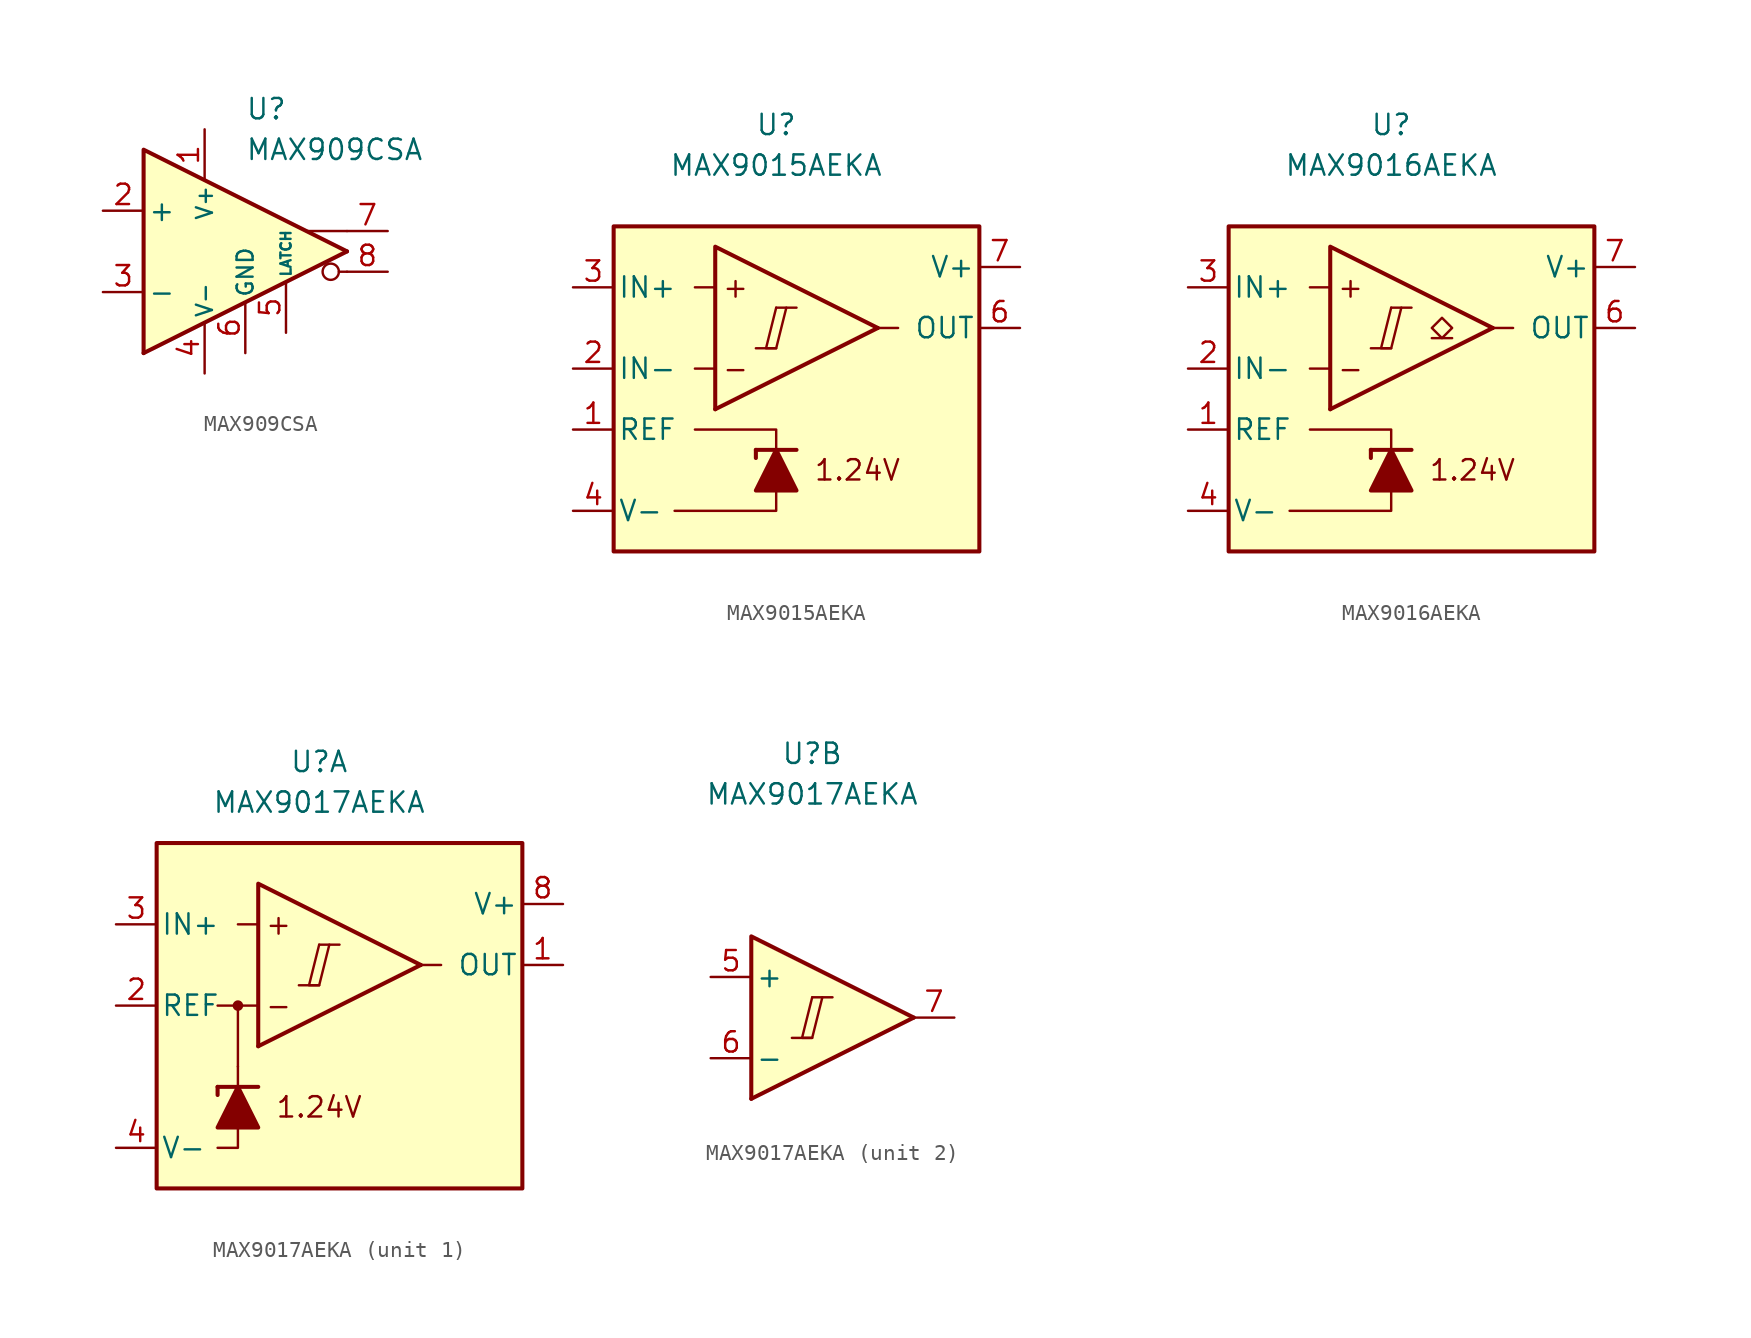
<source format=kicad_sym>
(kicad_symbol_lib
  (version 20231120)
  (generator "kicad_symbol_editor")
  (generator_version "8.0")
  (symbol "MAX909CSA"
    (pin_names
      (offset 0.254))
    (property "Reference" "U"
      (at 0 8.89 0)
      (effects (font (size 1.27 1.27)) (justify left)))
    (property "Value" "MAX909CSA"
      (at 0 6.35 0)
      (effects (font (size 1.27 1.27)) (justify left)))
    (symbol "MAX909CSA_0_0"
      (polyline (pts (xy 6.35 -1.27) (xy 5.842 -1.27)) (stroke (width 0.152) (type default)) (fill (type none)))
      (polyline (pts (xy 6.35 0) (xy -6.35 -6.35)) (stroke (width 0.254) (type default)) (fill (type none)))
      (polyline (pts (xy 6.35 1.27) (xy 3.81 1.27)) (stroke (width 0.152) (type default)) (fill (type none)))
      (polyline (pts (xy 6.35 0) (xy -6.35 6.35) (xy -6.35 -6.35)) (stroke (width 0.254) (type default)) (fill (type background)))
      (circle (center 5.334 -1.27) (radius 0.508) (stroke (width 0.152) (type default)) (fill (type none))))
    (symbol "MAX909CSA_1_1"
      (pin power_in line (at -2.54 7.62 270) (length 3.18) (name "V+" (effects (font (size 1 1)))) (number "1" (effects (font (size 1.27 1.27)))))
      (pin input line (at -8.89 2.54 0) (length 2.54) (name "+" (effects (font (size 1.27 1.27)))) (number "2" (effects (font (size 1.27 1.27)))))
      (pin input line (at -8.89 -2.54 0) (length 2.54) (name "-" (effects (font (size 1.27 1.27)))) (number "3" (effects (font (size 1.27 1.27)))))
      (pin power_in line (at -2.54 -7.62 90) (length 3.18) (name "V-" (effects (font (size 1 1)))) (number "4" (effects (font (size 1.27 1.27)))))
      (pin input line (at 2.54 -5.08 90) (length 3.18) (name "LATCH" (effects (font (size 0.635 0.635)))) (number "5" (effects (font (size 1.27 1.27)))))
      (pin power_in line (at 0 -6.35 90) (length 3.18) (name "GND" (effects (font (size 1 1)))) (number "6" (effects (font (size 1.27 1.27)))))
      (pin output line (at 8.89 1.27 180) (length 2.54) (name "~" (effects (font (size 1.27 1.27)))) (number "7" (effects (font (size 1.27 1.27)))))
      (pin output line (at 8.89 -1.27 180) (length 2.54) (name "~" (effects (font (size 1.27 1.27)))) (number "8" (effects (font (size 1.27 1.27)))))))
  (symbol "MAX9015AEKA"
    (pin_names
      (offset 0.254))
    (property "Reference" "U"
      (at 0 16.51 0)
      (effects (font (size 1.27 1.27))))
    (property "Value" "MAX9015AEKA"
      (at 0 13.97 0)
      (effects (font (size 1.27 1.27))))
    (symbol "MAX9015AEKA_0_0"
      (polyline (pts (xy -1.27 2.54) (xy 0 2.54)) (stroke (width 0.152) (type default)) (fill (type none)))
      (polyline (pts (xy 0 5.08) (xy 1.27 5.08)) (stroke (width 0.152) (type default)) (fill (type none)))
      (polyline (pts (xy 6.35 3.81) (xy -3.81 -1.27)) (stroke (width 0.254) (type default)) (fill (type none)))
      (polyline (pts (xy 6.35 3.81) (xy -3.81 8.89) (xy -3.81 -1.27)) (stroke (width 0.254) (type default)) (fill (type background)))
      (polyline (pts (xy 0 5.08) (xy -0.635 2.54) (xy 0 2.54) (xy 0.635 5.08)) (stroke (width 0.152) (type default)) (fill (type none)))
      (text "+" (at -2.54 6.35 0) (effects (font (size 1.27 1.27))))
      (text "-" (at -2.54 1.27 0) (effects (font (size 1.27 1.27))))
      (text "1.24V" (at 5.08 -5.08 0) (effects (font (size 1.27 1.27)))))
    (symbol "MAX9015AEKA_0_1"
      (rectangle (start -10.16 10.16) (end 12.7 -10.16) (stroke (width 0.254) (type default)) (fill (type background)))
      (polyline (pts (xy -3.81 1.27) (xy -5.08 1.27)) (stroke (width 0) (type default)) (fill (type none)))
      (polyline (pts (xy -3.81 6.35) (xy -5.08 6.35)) (stroke (width 0) (type default)) (fill (type none)))
      (polyline (pts (xy -1.27 -3.81) (xy -1.27 -4.318)) (stroke (width 0.254) (type default)) (fill (type none)))
      (polyline (pts (xy -1.27 -3.81) (xy 1.27 -3.81)) (stroke (width 0.254) (type default)) (fill (type none)))
      (polyline (pts (xy 6.35 3.81) (xy 7.62 3.81)) (stroke (width 0) (type default)) (fill (type none)))
      (polyline (pts (xy 0 -6.35) (xy 0 -7.62) (xy -6.35 -7.62)) (stroke (width 0) (type default)) (fill (type none)))
      (polyline (pts (xy 0 -3.81) (xy 0 -2.54) (xy -5.08 -2.54)) (stroke (width 0) (type default)) (fill (type none)))
      (polyline (pts (xy 1.27 -6.35) (xy -1.27 -6.35) (xy 0 -3.81) (xy 1.27 -6.35)) (stroke (width 0.254) (type default)) (fill (type outline))))
    (symbol "MAX9015AEKA_1_1"
      (pin output line (at -12.7 -2.54 0) (length 2.54) (name "REF" (effects (font (size 1.27 1.27)))) (number "1" (effects (font (size 1.27 1.27)))))
      (pin input line (at -12.7 1.27 0) (length 2.54) (name "IN-" (effects (font (size 1.27 1.27)))) (number "2" (effects (font (size 1.27 1.27)))))
      (pin input line (at -12.7 6.35 0) (length 2.54) (name "IN+" (effects (font (size 1.27 1.27)))) (number "3" (effects (font (size 1.27 1.27)))))
      (pin power_in line (at -12.7 -7.62 0) (length 2.54) (name "V-" (effects (font (size 1.27 1.27)))) (number "4" (effects (font (size 1.27 1.27)))))
      (pin free line (at 0 -2.54 180) (length 2.54) hide (name "NC" (effects (font (size 1.27 1.27)))) (number "5" (effects (font (size 1.27 1.27)))))
      (pin output line (at 15.24 3.81 180) (length 2.54) (name "OUT" (effects (font (size 1.27 1.27)))) (number "6" (effects (font (size 1.27 1.27)))))
      (pin power_in line (at 15.24 7.62 180) (length 2.54) (name "V+" (effects (font (size 1.27 1.27)))) (number "7" (effects (font (size 1.27 1.27)))))
      (pin free line (at 0 0 180) (length 2.54) hide (name "NC" (effects (font (size 1.27 1.27)))) (number "8" (effects (font (size 1.27 1.27)))))))
  (symbol "MAX9016AEKA"
    (pin_names
      (offset 0.254))
    (property "Reference" "U"
      (at 0 16.51 0)
      (effects (font (size 1.27 1.27))))
    (property "Value" "MAX9016AEKA"
      (at 0 13.97 0)
      (effects (font (size 1.27 1.27))))
    (symbol "MAX9016AEKA_0_0"
      (polyline (pts (xy -1.27 2.54) (xy 0 2.54)) (stroke (width 0.152) (type default)) (fill (type none)))
      (polyline (pts (xy 0 5.08) (xy 1.27 5.08)) (stroke (width 0.152) (type default)) (fill (type none)))
      (polyline (pts (xy 6.35 3.81) (xy -3.81 -1.27)) (stroke (width 0.254) (type default)) (fill (type none)))
      (polyline (pts (xy 6.35 3.81) (xy -3.81 8.89) (xy -3.81 -1.27)) (stroke (width 0.254) (type default)) (fill (type background)))
      (polyline (pts (xy 0 5.08) (xy -0.635 2.54) (xy 0 2.54) (xy 0.635 5.08)) (stroke (width 0.152) (type default)) (fill (type none)))
      (text "+" (at -2.54 6.35 0) (effects (font (size 1.27 1.27))))
      (text "-" (at -2.54 1.27 0) (effects (font (size 1.27 1.27))))
      (text "1.24V" (at 5.08 -5.08 0) (effects (font (size 1.27 1.27)))))
    (symbol "MAX9016AEKA_0_1"
      (rectangle (start -10.16 10.16) (end 12.7 -10.16) (stroke (width 0.254) (type default)) (fill (type background)))
      (polyline (pts (xy -3.81 1.27) (xy -5.08 1.27)) (stroke (width 0) (type default)) (fill (type none)))
      (polyline (pts (xy -3.81 6.35) (xy -5.08 6.35)) (stroke (width 0) (type default)) (fill (type none)))
      (polyline (pts (xy -1.27 -3.81) (xy -1.27 -4.318)) (stroke (width 0.254) (type default)) (fill (type none)))
      (polyline (pts (xy -1.27 -3.81) (xy 1.27 -3.81)) (stroke (width 0.254) (type default)) (fill (type none)))
      (polyline (pts (xy 6.35 3.81) (xy 7.62 3.81)) (stroke (width 0) (type default)) (fill (type none)))
      (polyline (pts (xy 0 -6.35) (xy 0 -7.62) (xy -6.35 -7.62)) (stroke (width 0) (type default)) (fill (type none)))
      (polyline (pts (xy 0 -3.81) (xy 0 -2.54) (xy -5.08 -2.54)) (stroke (width 0) (type default)) (fill (type none)))
      (polyline (pts (xy 1.27 -6.35) (xy -1.27 -6.35) (xy 0 -3.81) (xy 1.27 -6.35)) (stroke (width 0.254) (type default)) (fill (type outline))))
    (symbol "MAX9016AEKA_1_1"
      (polyline (pts (xy 3.81 3.175) (xy 2.54 3.175)) (stroke (width 0.152) (type default)) (fill (type none)))
      (polyline (pts (xy 3.175 3.175) (xy 2.54 3.81) (xy 3.175 4.445) (xy 3.81 3.81) (xy 3.175 3.175)) (stroke (width 0.152) (type default)) (fill (type none)))
      (pin output line (at -12.7 -2.54 0) (length 2.54) (name "REF" (effects (font (size 1.27 1.27)))) (number "1" (effects (font (size 1.27 1.27)))))
      (pin input line (at -12.7 1.27 0) (length 2.54) (name "IN-" (effects (font (size 1.27 1.27)))) (number "2" (effects (font (size 1.27 1.27)))))
      (pin input line (at -12.7 6.35 0) (length 2.54) (name "IN+" (effects (font (size 1.27 1.27)))) (number "3" (effects (font (size 1.27 1.27)))))
      (pin power_in line (at -12.7 -7.62 0) (length 2.54) (name "V-" (effects (font (size 1.27 1.27)))) (number "4" (effects (font (size 1.27 1.27)))))
      (pin free line (at 0 -2.54 180) (length 2.54) hide (name "NC" (effects (font (size 1.27 1.27)))) (number "5" (effects (font (size 1.27 1.27)))))
      (pin output line (at 15.24 3.81 180) (length 2.54) (name "OUT" (effects (font (size 1.27 1.27)))) (number "6" (effects (font (size 1.27 1.27)))))
      (pin power_in line (at 15.24 7.62 180) (length 2.54) (name "V+" (effects (font (size 1.27 1.27)))) (number "7" (effects (font (size 1.27 1.27)))))
      (pin free line (at 0 0 180) (length 2.54) hide (name "NC" (effects (font (size 1.27 1.27)))) (number "8" (effects (font (size 1.27 1.27)))))))
  (symbol "MAX9017AEKA"
    (pin_names
      (offset 0.254))
    (property "Reference" "U"
      (at 0 16.51 0)
      (effects (font (size 1.27 1.27))))
    (property "Value" "MAX9017AEKA"
      (at 0 13.97 0)
      (effects (font (size 1.27 1.27))))
    (property "ki_locked" ""
      (at 0 0 0)
      (effects (font (size 1.27 1.27))))
    (symbol "MAX9017AEKA_1_0"
      (rectangle (start -10.16 11.43) (end 12.7 -10.16) (stroke (width 0.254) (type default)) (fill (type background)))
      (circle (center -5.08 1.27) (radius 0.254) (stroke (width 0.152) (type default)) (fill (type outline)))
      (polyline (pts (xy -5.08 1.27) (xy -6.35 1.27)) (stroke (width 0.152) (type default)) (fill (type none)))
      (polyline (pts (xy -1.27 2.54) (xy 0 2.54)) (stroke (width 0.152) (type default)) (fill (type none)))
      (polyline (pts (xy 0 5.08) (xy 1.27 5.08)) (stroke (width 0.152) (type default)) (fill (type none)))
      (polyline (pts (xy 6.35 3.81) (xy -3.81 -1.27)) (stroke (width 0.254) (type default)) (fill (type none)))
      (polyline (pts (xy -3.81 1.27) (xy -5.08 1.27) (xy -5.08 -2.54)) (stroke (width 0.152) (type default)) (fill (type none)))
      (polyline (pts (xy 6.35 3.81) (xy -3.81 8.89) (xy -3.81 -1.27)) (stroke (width 0.254) (type default)) (fill (type background)))
      (polyline (pts (xy 0 5.08) (xy -0.635 2.54) (xy 0 2.54) (xy 0.635 5.08)) (stroke (width 0.152) (type default)) (fill (type none))))
    (symbol "MAX9017AEKA_1_1"
      (polyline (pts (xy -6.35 -3.81) (xy -6.35 -4.318)) (stroke (width 0.254) (type default)) (fill (type none)))
      (polyline (pts (xy -6.35 -3.81) (xy -3.81 -3.81)) (stroke (width 0.254) (type default)) (fill (type none)))
      (polyline (pts (xy -3.81 6.35) (xy -5.08 6.35)) (stroke (width 0) (type default)) (fill (type none)))
      (polyline (pts (xy 6.35 3.81) (xy 7.62 3.81)) (stroke (width 0) (type default)) (fill (type none)))
      (polyline (pts (xy -5.08 -6.35) (xy -5.08 -7.62) (xy -6.35 -7.62)) (stroke (width 0) (type default)) (fill (type none)))
      (polyline (pts (xy -5.08 -3.81) (xy -5.08 -2.54) (xy -5.08 -2.54)) (stroke (width 0) (type default)) (fill (type none)))
      (polyline (pts (xy -3.81 -6.35) (xy -6.35 -6.35) (xy -5.08 -3.81) (xy -3.81 -6.35)) (stroke (width 0.254) (type default)) (fill (type outline)))
      (text "+" (at -2.54 6.35 0) (effects (font (size 1.27 1.27))))
      (text "-" (at -2.54 1.27 0) (effects (font (size 1.27 1.27))))
      (text "1.24V" (at 0 -5.08 0) (effects (font (size 1.27 1.27))))
      (pin output line (at 15.24 3.81 180) (length 2.54) (name "OUT" (effects (font (size 1.27 1.27)))) (number "1" (effects (font (size 1.27 1.27)))))
      (pin output line (at -12.7 1.27 0) (length 2.54) (name "REF" (effects (font (size 1.27 1.27)))) (number "2" (effects (font (size 1.27 1.27)))))
      (pin input line (at -12.7 6.35 0) (length 2.54) (name "IN+" (effects (font (size 1.27 1.27)))) (number "3" (effects (font (size 1.27 1.27)))))
      (pin power_in line (at -12.7 -7.62 0) (length 2.54) (name "V-" (effects (font (size 1.27 1.27)))) (number "4" (effects (font (size 1.27 1.27)))))
      (pin power_in line (at 15.24 7.62 180) (length 2.54) (name "V+" (effects (font (size 1.27 1.27)))) (number "8" (effects (font (size 1.27 1.27))))))
    (symbol "MAX9017AEKA_2_0"
      (polyline (pts (xy -1.27 -1.27) (xy 0 -1.27)) (stroke (width 0.152) (type default)) (fill (type none)))
      (polyline (pts (xy 0 1.27) (xy 1.27 1.27)) (stroke (width 0.152) (type default)) (fill (type none)))
      (polyline (pts (xy 6.35 0) (xy -3.81 -5.08)) (stroke (width 0.254) (type default)) (fill (type none)))
      (polyline (pts (xy 6.35 0) (xy -3.81 5.08) (xy -3.81 -5.08)) (stroke (width 0.254) (type default)) (fill (type background)))
      (polyline (pts (xy 0 1.27) (xy -0.635 -1.27) (xy 0 -1.27) (xy 0.635 1.27)) (stroke (width 0.152) (type default)) (fill (type none))))
    (symbol "MAX9017AEKA_2_1"
      (pin input line (at -6.35 2.54 0) (length 2.54) (name "+" (effects (font (size 1.27 1.27)))) (number "5" (effects (font (size 1.27 1.27)))))
      (pin input line (at -6.35 -2.54 0) (length 2.54) (name "-" (effects (font (size 1.27 1.27)))) (number "6" (effects (font (size 1.27 1.27)))))
      (pin output line (at 8.89 0 180) (length 2.54) (name "~" (effects (font (size 1.27 1.27)))) (number "7" (effects (font (size 1.27 1.27))))))))
</source>
